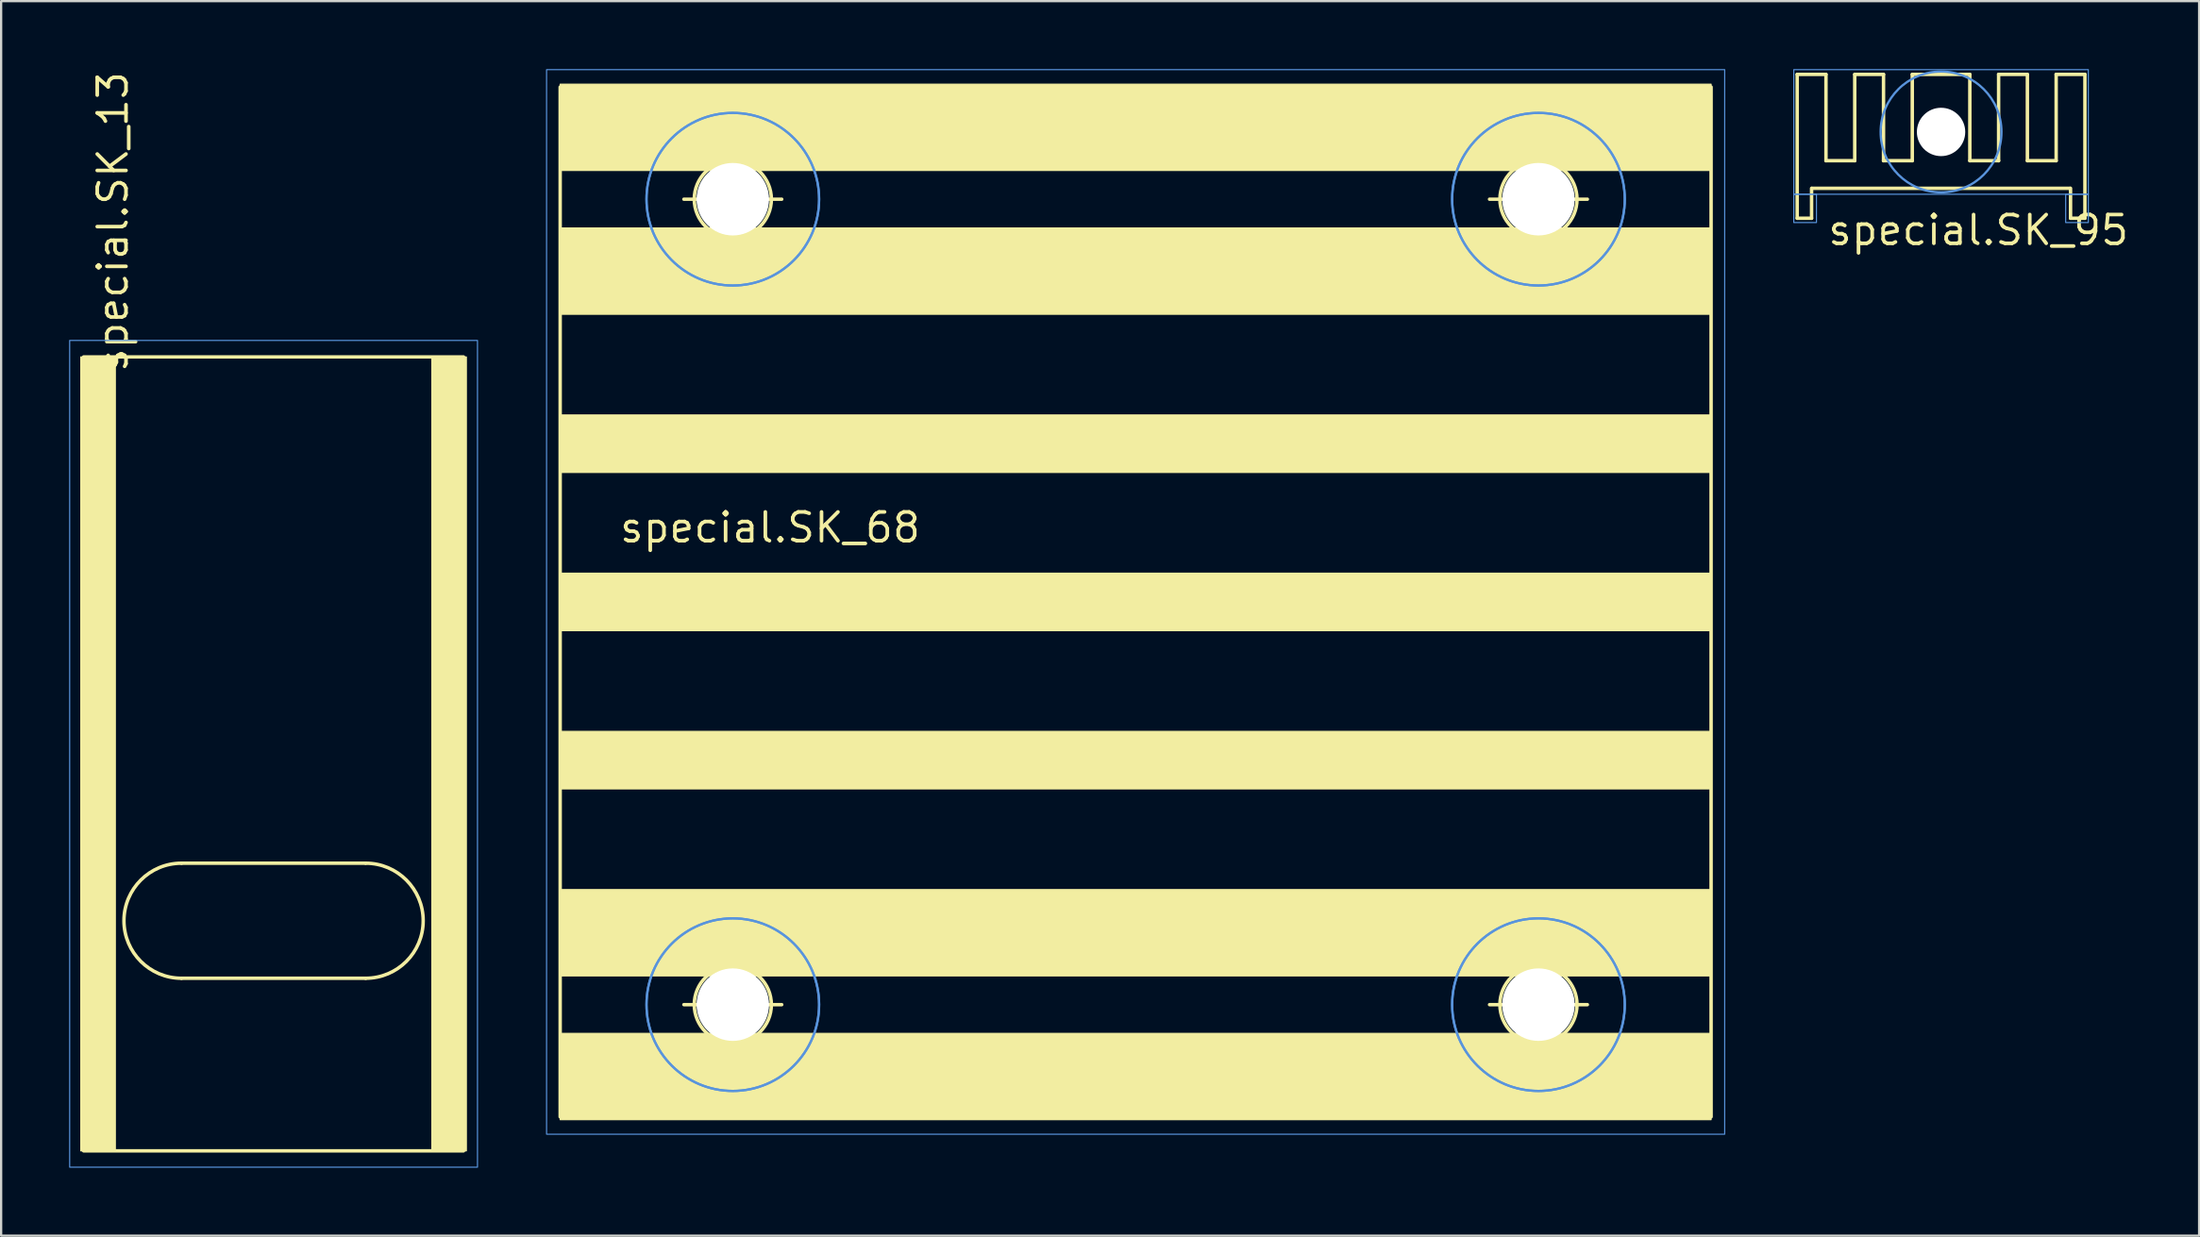
<source format=kicad_pcb>
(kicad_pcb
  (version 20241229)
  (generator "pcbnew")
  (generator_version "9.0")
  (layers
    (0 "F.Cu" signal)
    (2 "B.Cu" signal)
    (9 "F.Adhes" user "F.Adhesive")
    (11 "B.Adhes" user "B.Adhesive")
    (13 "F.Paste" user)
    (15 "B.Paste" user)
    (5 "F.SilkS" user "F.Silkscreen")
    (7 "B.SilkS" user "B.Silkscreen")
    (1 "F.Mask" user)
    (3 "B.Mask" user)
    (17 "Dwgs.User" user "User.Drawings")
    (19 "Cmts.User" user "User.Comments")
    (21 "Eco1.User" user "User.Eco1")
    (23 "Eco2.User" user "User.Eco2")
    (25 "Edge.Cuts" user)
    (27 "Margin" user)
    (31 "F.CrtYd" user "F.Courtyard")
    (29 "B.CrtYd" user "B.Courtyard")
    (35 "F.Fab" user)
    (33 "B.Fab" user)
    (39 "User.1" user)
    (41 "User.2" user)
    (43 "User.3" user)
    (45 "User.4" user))
  (footprint "special.SK_95"
    (layer "F.Cu")
    (at 82.625 2.775)
    (property "Reference" "special.SK_95" (at -5.08 5.08 0) (layer "F.SilkS") (effects (font (size 1.27 1.27) (thickness 0.16)) (justify left bottom)))
    (fp_line (start -6.35 -2.54) (end -5.08 -2.54) (stroke (width 0.152) (type default)) (layer "F.SilkS"))
    (fp_line (start -6.35 3.81) (end -6.35 -2.54) (stroke (width 0.152) (type default)) (layer "F.SilkS"))
    (fp_line (start -5.715 3.81) (end -6.35 3.81) (stroke (width 0.152) (type default)) (layer "F.SilkS"))
    (fp_line (start -5.715 3.81) (end -5.715 2.489) (stroke (width 0.152) (type default)) (layer "F.SilkS"))
    (fp_line (start -5.08 1.27) (end -5.08 -2.54) (stroke (width 0.152) (type default)) (layer "F.SilkS"))
    (fp_line (start -5.08 1.27) (end -3.81 1.27) (stroke (width 0.152) (type default)) (layer "F.SilkS"))
    (fp_line (start -3.81 -2.54) (end -2.54 -2.54) (stroke (width 0.152) (type default)) (layer "F.SilkS"))
    (fp_line (start -3.81 1.27) (end -3.81 -2.54) (stroke (width 0.152) (type default)) (layer "F.SilkS"))
    (fp_line (start -2.54 1.27) (end -2.54 -2.54) (stroke (width 0.152) (type default)) (layer "F.SilkS"))
    (fp_line (start -2.54 1.27) (end -1.27 1.27) (stroke (width 0.152) (type default)) (layer "F.SilkS"))
    (fp_line (start -1.27 1.27) (end -1.27 -2.54) (stroke (width 0.152) (type default)) (layer "F.SilkS"))
    (fp_line (start 1.27 -2.54) (end -1.27 -2.54) (stroke (width 0.152) (type default)) (layer "F.SilkS"))
    (fp_line (start 1.27 -2.54) (end 1.27 1.27) (stroke (width 0.152) (type default)) (layer "F.SilkS"))
    (fp_line (start 2.54 1.27) (end 1.27 1.27) (stroke (width 0.152) (type default)) (layer "F.SilkS"))
    (fp_line (start 2.54 1.27) (end 2.54 -2.54) (stroke (width 0.152) (type default)) (layer "F.SilkS"))
    (fp_line (start 3.81 -2.54) (end 2.54 -2.54) (stroke (width 0.152) (type default)) (layer "F.SilkS"))
    (fp_line (start 3.81 -2.54) (end 3.81 1.27) (stroke (width 0.152) (type default)) (layer "F.SilkS"))
    (fp_line (start 5.08 1.27) (end 3.81 1.27) (stroke (width 0.152) (type default)) (layer "F.SilkS"))
    (fp_line (start 5.08 1.27) (end 5.08 -2.54) (stroke (width 0.152) (type default)) (layer "F.SilkS"))
    (fp_line (start 5.715 3.81) (end 5.715 2.489) (stroke (width 0.152) (type default)) (layer "F.SilkS"))
    (fp_line (start 6.35 -2.54) (end 5.08 -2.54) (stroke (width 0.152) (type default)) (layer "F.SilkS"))
    (fp_line (start 6.35 -2.54) (end 6.35 3.81) (stroke (width 0.152) (type default)) (layer "F.SilkS"))
    (fp_line (start 6.35 3.81) (end 5.715 3.81) (stroke (width 0.152) (type default)) (layer "F.SilkS"))
    (fp_rect (start -5.715 2.54) (end 5.715 2.438) (stroke (width 0.05) (type default)) (fill yes) (layer "F.SilkS"))
    (fp_rect (start -6.5 2.75) (end 6.5 -2.75) (stroke (width 0.05) (type default)) (fill no) (layer "Cmts.User"))
    (fp_rect (start -6.5 4) (end -5.5 2.75) (stroke (width 0.05) (type default)) (fill no) (layer "Cmts.User"))
    (fp_rect (start 5.5 4) (end 6.5 2.75) (stroke (width 0.05) (type default)) (fill no) (layer "Cmts.User"))
    (fp_circle (center 0 0) (end 2.667 0) (stroke (width 0.1) (type default)) (fill no) (layer "Cmts.User"))
    (pad "" np_thru_hole circle (at 0 0) (size 2.134 2.134) (drill 2.134) (layers "*.Cu" "*.Mask")))
  (footprint "special.SK_13"
    (layer "F.Cu")
    (at 9.025 29.98)
    (property "Reference" "special.SK_13" (at -6.35 -16.51 270) (layer "F.SilkS") (effects (font (size 1.27 1.27) (thickness 0.16)) (justify left bottom)))
    (fp_line (start -8.382 17.78) (end 8.382 17.78) (stroke (width 0.152) (type default)) (layer "F.SilkS"))
    (fp_line (start -4.064 5.08) (end 4.064 5.08) (stroke (width 0.152) (type default)) (layer "F.SilkS"))
    (fp_line (start 4.064 10.16) (end -4.064 10.16) (stroke (width 0.152) (type default)) (layer "F.SilkS"))
    (fp_line (start 8.382 -17.272) (end -8.382 -17.272) (stroke (width 0.152) (type default)) (layer "F.SilkS"))
    (fp_rect (start -8.509 17.78) (end -6.985 -17.272) (stroke (width 0.05) (type default)) (fill yes) (layer "F.SilkS"))
    (fp_rect (start 6.985 17.78) (end 8.509 -17.272) (stroke (width 0.05) (type default)) (fill yes) (layer "F.SilkS"))
    (fp_arc (start -4.064 10.16) (mid -6.604 7.62) (end -4.064 5.08) (stroke (width 0.1524) (type default)) (layer "F.SilkS"))
    (fp_arc (start 4.064 5.08) (mid 6.604 7.62) (end 4.064 10.16) (stroke (width 0.1524) (type default)) (layer "F.SilkS"))
    (fp_rect (start -9 18.5) (end 9 -18) (stroke (width 0.05) (type default)) (fill no) (layer "Cmts.User")))
  (footprint "special.SK_68"
    (layer "F.Cu")
    (at 47.075 23.525)
    (property "Reference" "special.SK_68" (at -22.86 -2.54 0) (layer "F.SilkS") (effects (font (size 1.27 1.27) (thickness 0.16)) (justify left bottom)))
    (fp_line (start -25.4 22.733) (end -25.4 -22.733) (stroke (width 0.152) (type default)) (layer "F.SilkS"))
    (fp_line (start -19.939 -17.78) (end -15.621 -17.78) (stroke (width 0.152) (type default)) (layer "F.SilkS"))
    (fp_line (start -19.939 17.78) (end -15.621 17.78) (stroke (width 0.152) (type default)) (layer "F.SilkS"))
    (fp_line (start -17.78 -19.939) (end -17.78 -15.621) (stroke (width 0.152) (type default)) (layer "F.SilkS"))
    (fp_line (start -17.78 15.621) (end -17.78 19.939) (stroke (width 0.152) (type default)) (layer "F.SilkS"))
    (fp_line (start 15.621 -17.78) (end 19.939 -17.78) (stroke (width 0.152) (type default)) (layer "F.SilkS"))
    (fp_line (start 15.621 17.78) (end 19.939 17.78) (stroke (width 0.152) (type default)) (layer "F.SilkS"))
    (fp_line (start 17.78 -19.939) (end 17.78 -15.621) (stroke (width 0.152) (type default)) (layer "F.SilkS"))
    (fp_line (start 17.78 15.621) (end 17.78 19.939) (stroke (width 0.152) (type default)) (layer "F.SilkS"))
    (fp_line (start 25.4 22.733) (end 25.4 -22.733) (stroke (width 0.152) (type default)) (layer "F.SilkS"))
    (fp_rect (start -25.4 -19.05) (end 25.4 -22.86) (stroke (width 0.05) (type default)) (fill yes) (layer "F.SilkS"))
    (fp_rect (start -25.4 -12.7) (end 25.4 -16.51) (stroke (width 0.05) (type default)) (fill yes) (layer "F.SilkS"))
    (fp_rect (start -25.4 -5.715) (end 25.4 -8.255) (stroke (width 0.05) (type default)) (fill yes) (layer "F.SilkS"))
    (fp_rect (start -25.4 1.27) (end 25.4 -1.27) (stroke (width 0.05) (type default)) (fill yes) (layer "F.SilkS"))
    (fp_rect (start -25.4 8.255) (end 25.4 5.715) (stroke (width 0.05) (type default)) (fill yes) (layer "F.SilkS"))
    (fp_rect (start -25.4 16.51) (end 25.4 12.7) (stroke (width 0.05) (type default)) (fill yes) (layer "F.SilkS"))
    (fp_rect (start -25.4 22.86) (end 25.4 19.05) (stroke (width 0.05) (type default)) (fill yes) (layer "F.SilkS"))
    (fp_circle (center -17.78 -17.78) (end -16.078 -17.78) (stroke (width 0.152) (type default)) (fill no) (layer "F.SilkS"))
    (fp_circle (center -17.78 17.78) (end -16.078 17.78) (stroke (width 0.152) (type default)) (fill no) (layer "F.SilkS"))
    (fp_circle (center 17.78 -17.78) (end 19.482 -17.78) (stroke (width 0.152) (type default)) (fill no) (layer "F.SilkS"))
    (fp_circle (center 17.78 17.78) (end 19.482 17.78) (stroke (width 0.152) (type default)) (fill no) (layer "F.SilkS"))
    (fp_rect (start -26 23.5) (end 26 -23.5) (stroke (width 0.05) (type default)) (fill no) (layer "Cmts.User"))
    (fp_circle (center -17.78 -17.78) (end -13.97 -17.78) (stroke (width 0.1) (type default)) (fill no) (layer "Cmts.User"))
    (fp_circle (center -17.78 -17.78) (end -13.97 -17.78) (stroke (width 0.1) (type default)) (fill no) (layer "Cmts.User"))
    (fp_circle (center -17.78 17.78) (end -13.97 17.78) (stroke (width 0.1) (type default)) (fill no) (layer "Cmts.User"))
    (fp_circle (center -17.78 17.78) (end -13.97 17.78) (stroke (width 0.1) (type default)) (fill no) (layer "Cmts.User"))
    (fp_circle (center 17.78 -17.78) (end 21.59 -17.78) (stroke (width 0.1) (type default)) (fill no) (layer "Cmts.User"))
    (fp_circle (center 17.78 -17.78) (end 21.59 -17.78) (stroke (width 0.1) (type default)) (fill no) (layer "Cmts.User"))
    (fp_circle (center 17.78 17.78) (end 21.59 17.78) (stroke (width 0.1) (type default)) (fill no) (layer "Cmts.User"))
    (fp_circle (center 17.78 17.78) (end 21.59 17.78) (stroke (width 0.1) (type default)) (fill no) (layer "Cmts.User"))
    (pad "" np_thru_hole circle (at -17.78 -17.78) (size 3.2 3.2) (drill 3.2) (layers "*.Cu" "*.Mask"))
    (pad "" np_thru_hole circle (at -17.78 17.78) (size 3.2 3.2) (drill 3.2) (layers "*.Cu" "*.Mask"))
    (pad "" np_thru_hole circle (at 17.78 -17.78) (size 3.2 3.2) (drill 3.2) (layers "*.Cu" "*.Mask"))
    (pad "" np_thru_hole circle (at 17.78 17.78) (size 3.2 3.2) (drill 3.2) (layers "*.Cu" "*.Mask")))
  (gr_rect
    (start -3 -3)
    (end 94.015 51.505)
    (stroke (width 0.1) (type default))
    (fill no)
    (layer "Edge.Cuts")))
</source>
